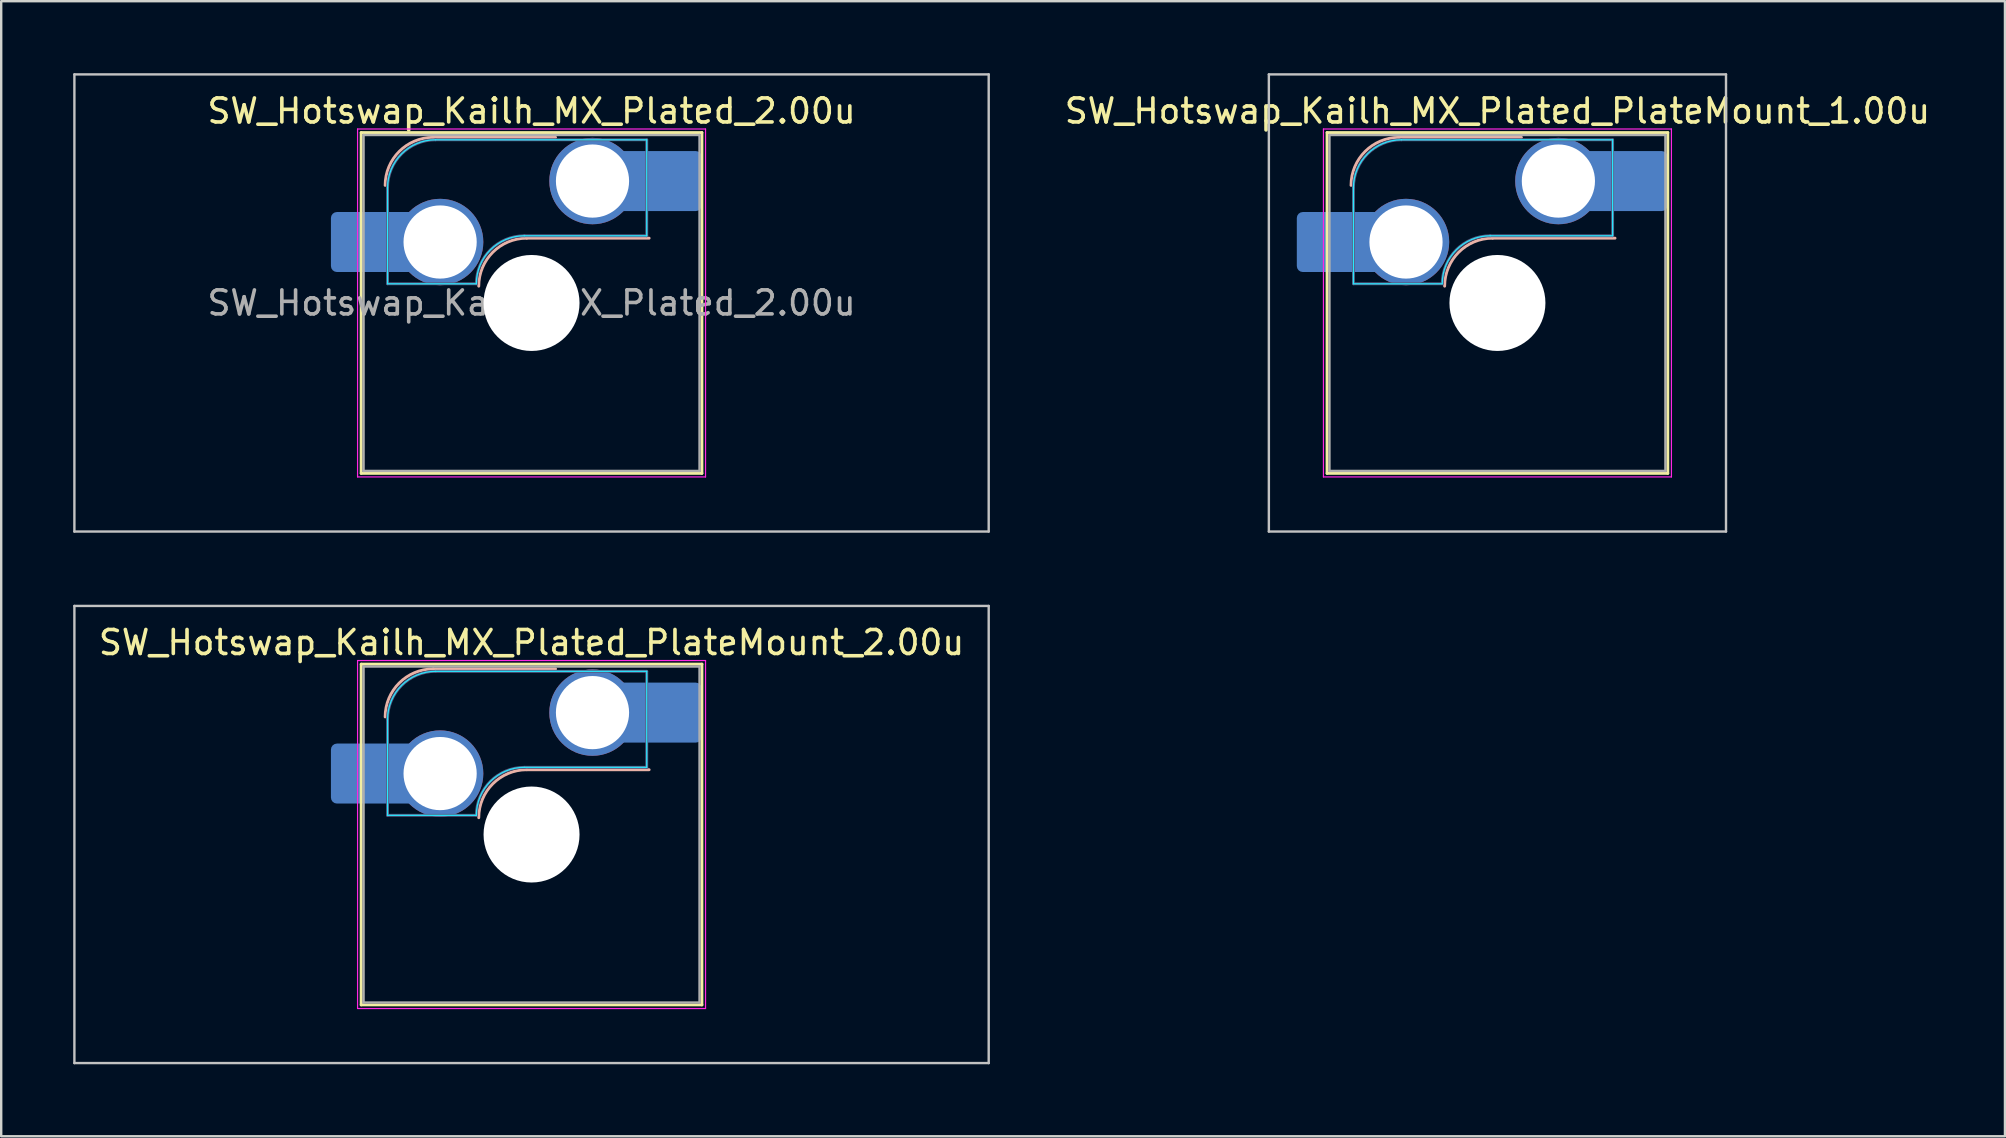
<source format=kicad_pcb>
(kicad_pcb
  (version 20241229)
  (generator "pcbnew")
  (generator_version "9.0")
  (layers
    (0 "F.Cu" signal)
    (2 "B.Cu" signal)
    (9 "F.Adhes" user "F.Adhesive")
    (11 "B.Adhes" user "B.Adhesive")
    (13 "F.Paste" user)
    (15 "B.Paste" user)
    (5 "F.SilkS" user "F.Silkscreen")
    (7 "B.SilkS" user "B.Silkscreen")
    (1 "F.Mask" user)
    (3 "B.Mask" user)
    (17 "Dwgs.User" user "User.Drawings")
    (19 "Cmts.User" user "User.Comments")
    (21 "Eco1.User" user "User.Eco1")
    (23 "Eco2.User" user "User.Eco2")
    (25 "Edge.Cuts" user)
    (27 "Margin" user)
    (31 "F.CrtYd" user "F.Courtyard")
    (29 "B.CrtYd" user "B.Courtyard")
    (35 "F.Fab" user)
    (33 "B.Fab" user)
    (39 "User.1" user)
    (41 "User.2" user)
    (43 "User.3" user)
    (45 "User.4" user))
  (footprint "SW_Hotswap_Kailh_MX_Plated_PlateMount_1.00u"
    (layer "F.Cu")
    (at 59.349 9.575)
    (property "Reference" "SW_Hotswap_Kailh_MX_Plated_PlateMount_1.00u" (at 0 -8 0) (layer "F.SilkS") (effects (font (size 1 1) (thickness 0.15))))
    (attr smd)
    (fp_line (start -7.1 -7.1) (end -7.1 7.1) (stroke (width 0.12) (type solid)) (layer "F.SilkS"))
    (fp_line (start -7.1 7.1) (end 7.1 7.1) (stroke (width 0.12) (type solid)) (layer "F.SilkS"))
    (fp_line (start 7.1 -7.1) (end -7.1 -7.1) (stroke (width 0.12) (type solid)) (layer "F.SilkS"))
    (fp_line (start 7.1 7.1) (end 7.1 -7.1) (stroke (width 0.12) (type solid)) (layer "F.SilkS"))
    (fp_line (start -4.1 -6.9) (end 1 -6.9) (stroke (width 0.12) (type solid)) (layer "B.SilkS"))
    (fp_line (start -0.2 -2.7) (end 4.9 -2.7) (stroke (width 0.12) (type solid)) (layer "B.SilkS"))
    (fp_arc (start -6.1 -4.9) (mid -5.514214 -6.314214) (end -4.1 -6.9) (stroke (width 0.12) (type solid)) (layer "B.SilkS"))
    (fp_arc (start -2.2 -0.7) (mid -1.614214 -2.114214) (end -0.2 -2.7) (stroke (width 0.12) (type solid)) (layer "B.SilkS"))
    (fp_line (start -9.525 -9.525) (end -9.525 9.525) (stroke (width 0.1) (type solid)) (layer "Dwgs.User"))
    (fp_line (start -9.525 9.525) (end 9.525 9.525) (stroke (width 0.1) (type solid)) (layer "Dwgs.User"))
    (fp_line (start 9.525 -9.525) (end -9.525 -9.525) (stroke (width 0.1) (type solid)) (layer "Dwgs.User"))
    (fp_line (start 9.525 9.525) (end 9.525 -9.525) (stroke (width 0.1) (type solid)) (layer "Dwgs.User"))
    (fp_line (start -7.8 -6) (end -7 -6) (stroke (width 0.1) (type solid)) (layer "Eco1.User"))
    (fp_line (start -7.8 -2.9) (end -7.8 -6) (stroke (width 0.1) (type solid)) (layer "Eco1.User"))
    (fp_line (start -7.8 2.9) (end -7 2.9) (stroke (width 0.1) (type solid)) (layer "Eco1.User"))
    (fp_line (start -7.8 6) (end -7.8 2.9) (stroke (width 0.1) (type solid)) (layer "Eco1.User"))
    (fp_line (start -7 -7) (end 7 -7) (stroke (width 0.1) (type solid)) (layer "Eco1.User"))
    (fp_line (start -7 -6) (end -7 -7) (stroke (width 0.1) (type solid)) (layer "Eco1.User"))
    (fp_line (start -7 -2.9) (end -7.8 -2.9) (stroke (width 0.1) (type solid)) (layer "Eco1.User"))
    (fp_line (start -7 2.9) (end -7 -2.9) (stroke (width 0.1) (type solid)) (layer "Eco1.User"))
    (fp_line (start -7 6) (end -7.8 6) (stroke (width 0.1) (type solid)) (layer "Eco1.User"))
    (fp_line (start -7 7) (end -7 6) (stroke (width 0.1) (type solid)) (layer "Eco1.User"))
    (fp_line (start 7 -7) (end 7 -6) (stroke (width 0.1) (type solid)) (layer "Eco1.User"))
    (fp_line (start 7 -6) (end 7.8 -6) (stroke (width 0.1) (type solid)) (layer "Eco1.User"))
    (fp_line (start 7 -2.9) (end 7 2.9) (stroke (width 0.1) (type solid)) (layer "Eco1.User"))
    (fp_line (start 7 2.9) (end 7.8 2.9) (stroke (width 0.1) (type solid)) (layer "Eco1.User"))
    (fp_line (start 7 6) (end 7 7) (stroke (width 0.1) (type solid)) (layer "Eco1.User"))
    (fp_line (start 7 7) (end -7 7) (stroke (width 0.1) (type solid)) (layer "Eco1.User"))
    (fp_line (start 7.8 -6) (end 7.8 -2.9) (stroke (width 0.1) (type solid)) (layer "Eco1.User"))
    (fp_line (start 7.8 -2.9) (end 7 -2.9) (stroke (width 0.1) (type solid)) (layer "Eco1.User"))
    (fp_line (start 7.8 2.9) (end 7.8 6) (stroke (width 0.1) (type solid)) (layer "Eco1.User"))
    (fp_line (start 7.8 6) (end 7 6) (stroke (width 0.1) (type solid)) (layer "Eco1.User"))
    (fp_line (start -6 -0.8) (end -6 -4.8) (stroke (width 0.05) (type solid)) (layer "B.CrtYd"))
    (fp_line (start -6 -0.8) (end -2.3 -0.8) (stroke (width 0.05) (type solid)) (layer "B.CrtYd"))
    (fp_line (start -4 -6.8) (end 4.8 -6.8) (stroke (width 0.05) (type solid)) (layer "B.CrtYd"))
    (fp_line (start -0.3 -2.8) (end 4.8 -2.8) (stroke (width 0.05) (type solid)) (layer "B.CrtYd"))
    (fp_line (start 4.8 -6.8) (end 4.8 -2.8) (stroke (width 0.05) (type solid)) (layer "B.CrtYd"))
    (fp_arc (start -6 -4.8) (mid -5.414214 -6.214214) (end -4 -6.8) (stroke (width 0.05) (type solid)) (layer "B.CrtYd"))
    (fp_arc (start -2.3 -0.8) (mid -1.714214 -2.214214) (end -0.3 -2.8) (stroke (width 0.05) (type solid)) (layer "B.CrtYd"))
    (fp_line (start -7.25 -7.25) (end -7.25 7.25) (stroke (width 0.05) (type solid)) (layer "F.CrtYd"))
    (fp_line (start -7.25 7.25) (end 7.25 7.25) (stroke (width 0.05) (type solid)) (layer "F.CrtYd"))
    (fp_line (start 7.25 -7.25) (end -7.25 -7.25) (stroke (width 0.05) (type solid)) (layer "F.CrtYd"))
    (fp_line (start 7.25 7.25) (end 7.25 -7.25) (stroke (width 0.05) (type solid)) (layer "F.CrtYd"))
    (fp_line (start -6 -0.8) (end -6 -4.8) (stroke (width 0.12) (type solid)) (layer "B.Fab"))
    (fp_line (start -6 -0.8) (end -2.3 -0.8) (stroke (width 0.12) (type solid)) (layer "B.Fab"))
    (fp_line (start -4 -6.8) (end 4.8 -6.8) (stroke (width 0.12) (type solid)) (layer "B.Fab"))
    (fp_line (start -0.3 -2.8) (end 4.8 -2.8) (stroke (width 0.12) (type solid)) (layer "B.Fab"))
    (fp_line (start 4.8 -6.8) (end 4.8 -2.8) (stroke (width 0.12) (type solid)) (layer "B.Fab"))
    (fp_arc (start -6 -4.8) (mid -5.414214 -6.214214) (end -4 -6.8) (stroke (width 0.12) (type solid)) (layer "B.Fab"))
    (fp_arc (start -2.3 -0.8) (mid -1.714214 -2.214214) (end -0.3 -2.8) (stroke (width 0.12) (type solid)) (layer "B.Fab"))
    (fp_line (start -7 -7) (end -7 7) (stroke (width 0.1) (type solid)) (layer "F.Fab"))
    (fp_line (start -7 7) (end 7 7) (stroke (width 0.1) (type solid)) (layer "F.Fab"))
    (fp_line (start 7 -7) (end -7 -7) (stroke (width 0.1) (type solid)) (layer "F.Fab"))
    (fp_line (start 7 7) (end 7 -7) (stroke (width 0.1) (type solid)) (layer "F.Fab"))
    (fp_text user "" (at 0 0 0) (layer "F.Fab") (effects (font (size 1 1) (thickness 0.15))))
    (pad "" smd roundrect (at -7.085 -2.54) (size 2.55 2.5) (layers "B.Mask" "B.Paste") (roundrect_rratio 0.1))
    (pad "" np_thru_hole circle (at 0 0) (size 4 4) (drill 4) (layers "*.Cu" "*.Mask"))
    (pad "" smd roundrect (at 5.842 -5.08) (size 2.55 2.5) (layers "B.Mask" "B.Paste") (roundrect_rratio 0.1))
    (pad "1" smd roundrect (at -6.585 -2.54) (size 3.55 2.5) (layers "B.Cu") (roundrect_rratio 0.1))
    (pad "1" thru_hole circle (at -3.81 -2.54) (size 3.6 3.6) (drill 3.05) (layers "*.Cu" "*.Mask"))
    (pad "2" thru_hole circle (at 2.54 -5.08) (size 3.6 3.6) (drill 3.05) (layers "*.Cu" "*.Mask"))
    (pad "2" smd roundrect (at 5.32 -5.08) (size 3.55 2.5) (layers "B.Cu") (roundrect_rratio 0.1)))
  (footprint "SW_Hotswap_Kailh_MX_Plated_PlateMount_2.00u"
    (layer "F.Cu")
    (at 19.1 31.725)
    (property "Reference" "SW_Hotswap_Kailh_MX_Plated_PlateMount_2.00u" (at 0 -8 180) (layer "F.SilkS") (effects (font (size 1 1) (thickness 0.15))))
    (attr smd)
    (fp_line (start -7.1 -7.1) (end -7.1 7.1) (stroke (width 0.12) (type solid)) (layer "F.SilkS"))
    (fp_line (start -7.1 7.1) (end 7.1 7.1) (stroke (width 0.12) (type solid)) (layer "F.SilkS"))
    (fp_line (start 7.1 -7.1) (end -7.1 -7.1) (stroke (width 0.12) (type solid)) (layer "F.SilkS"))
    (fp_line (start 7.1 7.1) (end 7.1 -7.1) (stroke (width 0.12) (type solid)) (layer "F.SilkS"))
    (fp_line (start -4.1 -6.9) (end 1 -6.9) (stroke (width 0.12) (type solid)) (layer "B.SilkS"))
    (fp_line (start -0.2 -2.7) (end 4.9 -2.7) (stroke (width 0.12) (type solid)) (layer "B.SilkS"))
    (fp_arc (start -6.1 -4.9) (mid -5.514214 -6.314214) (end -4.1 -6.9) (stroke (width 0.12) (type solid)) (layer "B.SilkS"))
    (fp_arc (start -2.2 -0.7) (mid -1.614214 -2.114214) (end -0.2 -2.7) (stroke (width 0.12) (type solid)) (layer "B.SilkS"))
    (fp_line (start -19.05 -9.525) (end -19.05 9.525) (stroke (width 0.1) (type solid)) (layer "Dwgs.User"))
    (fp_line (start -19.05 9.525) (end 19.05 9.525) (stroke (width 0.1) (type solid)) (layer "Dwgs.User"))
    (fp_line (start 19.05 -9.525) (end -19.05 -9.525) (stroke (width 0.1) (type solid)) (layer "Dwgs.User"))
    (fp_line (start 19.05 9.525) (end 19.05 -9.525) (stroke (width 0.1) (type solid)) (layer "Dwgs.User"))
    (fp_line (start -7.8 -6) (end -7 -6) (stroke (width 0.1) (type solid)) (layer "Eco1.User"))
    (fp_line (start -7.8 -2.9) (end -7.8 -6) (stroke (width 0.1) (type solid)) (layer "Eco1.User"))
    (fp_line (start -7.8 2.9) (end -7 2.9) (stroke (width 0.1) (type solid)) (layer "Eco1.User"))
    (fp_line (start -7.8 6) (end -7.8 2.9) (stroke (width 0.1) (type solid)) (layer "Eco1.User"))
    (fp_line (start -7 -7) (end 7 -7) (stroke (width 0.1) (type solid)) (layer "Eco1.User"))
    (fp_line (start -7 -6) (end -7 -7) (stroke (width 0.1) (type solid)) (layer "Eco1.User"))
    (fp_line (start -7 -2.9) (end -7.8 -2.9) (stroke (width 0.1) (type solid)) (layer "Eco1.User"))
    (fp_line (start -7 2.9) (end -7 -2.9) (stroke (width 0.1) (type solid)) (layer "Eco1.User"))
    (fp_line (start -7 6) (end -7.8 6) (stroke (width 0.1) (type solid)) (layer "Eco1.User"))
    (fp_line (start -7 7) (end -7 6) (stroke (width 0.1) (type solid)) (layer "Eco1.User"))
    (fp_line (start 7 -7) (end 7 -6) (stroke (width 0.1) (type solid)) (layer "Eco1.User"))
    (fp_line (start 7 -6) (end 7.8 -6) (stroke (width 0.1) (type solid)) (layer "Eco1.User"))
    (fp_line (start 7 -2.9) (end 7 2.9) (stroke (width 0.1) (type solid)) (layer "Eco1.User"))
    (fp_line (start 7 2.9) (end 7.8 2.9) (stroke (width 0.1) (type solid)) (layer "Eco1.User"))
    (fp_line (start 7 6) (end 7 7) (stroke (width 0.1) (type solid)) (layer "Eco1.User"))
    (fp_line (start 7 7) (end -7 7) (stroke (width 0.1) (type solid)) (layer "Eco1.User"))
    (fp_line (start 7.8 -6) (end 7.8 -2.9) (stroke (width 0.1) (type solid)) (layer "Eco1.User"))
    (fp_line (start 7.8 -2.9) (end 7 -2.9) (stroke (width 0.1) (type solid)) (layer "Eco1.User"))
    (fp_line (start 7.8 2.9) (end 7.8 6) (stroke (width 0.1) (type solid)) (layer "Eco1.User"))
    (fp_line (start 7.8 6) (end 7 6) (stroke (width 0.1) (type solid)) (layer "Eco1.User"))
    (fp_line (start -6 -0.8) (end -6 -4.8) (stroke (width 0.05) (type solid)) (layer "B.CrtYd"))
    (fp_line (start -6 -0.8) (end -2.3 -0.8) (stroke (width 0.05) (type solid)) (layer "B.CrtYd"))
    (fp_line (start -4 -6.8) (end 4.8 -6.8) (stroke (width 0.05) (type solid)) (layer "B.CrtYd"))
    (fp_line (start -0.3 -2.8) (end 4.8 -2.8) (stroke (width 0.05) (type solid)) (layer "B.CrtYd"))
    (fp_line (start 4.8 -6.8) (end 4.8 -2.8) (stroke (width 0.05) (type solid)) (layer "B.CrtYd"))
    (fp_arc (start -6 -4.8) (mid -5.414214 -6.214214) (end -4 -6.8) (stroke (width 0.05) (type solid)) (layer "B.CrtYd"))
    (fp_arc (start -2.3 -0.8) (mid -1.714214 -2.214214) (end -0.3 -2.8) (stroke (width 0.05) (type solid)) (layer "B.CrtYd"))
    (fp_line (start -7.25 -7.25) (end -7.25 7.25) (stroke (width 0.05) (type solid)) (layer "F.CrtYd"))
    (fp_line (start -7.25 7.25) (end 7.25 7.25) (stroke (width 0.05) (type solid)) (layer "F.CrtYd"))
    (fp_line (start 7.25 -7.25) (end -7.25 -7.25) (stroke (width 0.05) (type solid)) (layer "F.CrtYd"))
    (fp_line (start 7.25 7.25) (end 7.25 -7.25) (stroke (width 0.05) (type solid)) (layer "F.CrtYd"))
    (fp_line (start -6 -0.8) (end -6 -4.8) (stroke (width 0.12) (type solid)) (layer "B.Fab"))
    (fp_line (start -6 -0.8) (end -2.3 -0.8) (stroke (width 0.12) (type solid)) (layer "B.Fab"))
    (fp_line (start -4 -6.8) (end 4.8 -6.8) (stroke (width 0.12) (type solid)) (layer "B.Fab"))
    (fp_line (start -0.3 -2.8) (end 4.8 -2.8) (stroke (width 0.12) (type solid)) (layer "B.Fab"))
    (fp_line (start 4.8 -6.8) (end 4.8 -2.8) (stroke (width 0.12) (type solid)) (layer "B.Fab"))
    (fp_arc (start -6 -4.8) (mid -5.414214 -6.214214) (end -4 -6.8) (stroke (width 0.12) (type solid)) (layer "B.Fab"))
    (fp_arc (start -2.3 -0.8) (mid -1.714214 -2.214214) (end -0.3 -2.8) (stroke (width 0.12) (type solid)) (layer "B.Fab"))
    (fp_line (start -7 -7) (end -7 7) (stroke (width 0.1) (type solid)) (layer "F.Fab"))
    (fp_line (start -7 7) (end 7 7) (stroke (width 0.1) (type solid)) (layer "F.Fab"))
    (fp_line (start 7 -7) (end -7 -7) (stroke (width 0.1) (type solid)) (layer "F.Fab"))
    (fp_line (start 7 7) (end 7 -7) (stroke (width 0.1) (type solid)) (layer "F.Fab"))
    (fp_text user "" (at 0 0 180) (layer "F.Fab") (effects (font (size 1 1) (thickness 0.15))))
    (pad "" smd roundrect (at -7.085 -2.54) (size 2.55 2.5) (layers "B.Mask" "B.Paste") (roundrect_rratio 0.1))
    (pad "" np_thru_hole circle (at 0 0) (size 4 4) (drill 4) (layers "*.Cu" "*.Mask"))
    (pad "" smd roundrect (at 5.842 -5.08) (size 2.55 2.5) (layers "B.Mask" "B.Paste") (roundrect_rratio 0.1))
    (pad "1" smd roundrect (at -6.585 -2.54) (size 3.55 2.5) (layers "B.Cu") (roundrect_rratio 0.1))
    (pad "1" thru_hole circle (at -3.81 -2.54) (size 3.6 3.6) (drill 3.05) (layers "*.Cu" "*.Mask"))
    (pad "2" thru_hole circle (at 2.54 -5.08) (size 3.6 3.6) (drill 3.05) (layers "*.Cu" "*.Mask"))
    (pad "2" smd roundrect (at 5.32 -5.08) (size 3.55 2.5) (layers "B.Cu") (roundrect_rratio 0.1)))
  (footprint "SW_Hotswap_Kailh_MX_Plated_2.00u"
    (layer "F.Cu")
    (at 19.1 9.575)
    (property "Reference" "SW_Hotswap_Kailh_MX_Plated_2.00u" (at 0 -8 180) (layer "F.SilkS") (effects (font (size 1 1) (thickness 0.15))))
    (attr smd)
    (fp_line (start -7.1 -7.1) (end -7.1 7.1) (stroke (width 0.12) (type solid)) (layer "F.SilkS"))
    (fp_line (start -7.1 7.1) (end 7.1 7.1) (stroke (width 0.12) (type solid)) (layer "F.SilkS"))
    (fp_line (start 7.1 -7.1) (end -7.1 -7.1) (stroke (width 0.12) (type solid)) (layer "F.SilkS"))
    (fp_line (start 7.1 7.1) (end 7.1 -7.1) (stroke (width 0.12) (type solid)) (layer "F.SilkS"))
    (fp_line (start -4.1 -6.9) (end 1 -6.9) (stroke (width 0.12) (type solid)) (layer "B.SilkS"))
    (fp_line (start -0.2 -2.7) (end 4.9 -2.7) (stroke (width 0.12) (type solid)) (layer "B.SilkS"))
    (fp_arc (start -6.1 -4.9) (mid -5.514214 -6.314214) (end -4.1 -6.9) (stroke (width 0.12) (type solid)) (layer "B.SilkS"))
    (fp_arc (start -2.2 -0.7) (mid -1.614214 -2.114214) (end -0.2 -2.7) (stroke (width 0.12) (type solid)) (layer "B.SilkS"))
    (fp_line (start -19.05 -9.525) (end -19.05 9.525) (stroke (width 0.1) (type solid)) (layer "Dwgs.User"))
    (fp_line (start -19.05 9.525) (end 19.05 9.525) (stroke (width 0.1) (type solid)) (layer "Dwgs.User"))
    (fp_line (start 19.05 -9.525) (end -19.05 -9.525) (stroke (width 0.1) (type solid)) (layer "Dwgs.User"))
    (fp_line (start 19.05 9.525) (end 19.05 -9.525) (stroke (width 0.1) (type solid)) (layer "Dwgs.User"))
    (fp_line (start -7.8 -6) (end -7 -6) (stroke (width 0.1) (type solid)) (layer "Eco1.User"))
    (fp_line (start -7.8 -2.9) (end -7.8 -6) (stroke (width 0.1) (type solid)) (layer "Eco1.User"))
    (fp_line (start -7.8 2.9) (end -7 2.9) (stroke (width 0.1) (type solid)) (layer "Eco1.User"))
    (fp_line (start -7.8 6) (end -7.8 2.9) (stroke (width 0.1) (type solid)) (layer "Eco1.User"))
    (fp_line (start -7 -7) (end 7 -7) (stroke (width 0.1) (type solid)) (layer "Eco1.User"))
    (fp_line (start -7 -6) (end -7 -7) (stroke (width 0.1) (type solid)) (layer "Eco1.User"))
    (fp_line (start -7 -2.9) (end -7.8 -2.9) (stroke (width 0.1) (type solid)) (layer "Eco1.User"))
    (fp_line (start -7 2.9) (end -7 -2.9) (stroke (width 0.1) (type solid)) (layer "Eco1.User"))
    (fp_line (start -7 6) (end -7.8 6) (stroke (width 0.1) (type solid)) (layer "Eco1.User"))
    (fp_line (start -7 7) (end -7 6) (stroke (width 0.1) (type solid)) (layer "Eco1.User"))
    (fp_line (start 7 -7) (end 7 -6) (stroke (width 0.1) (type solid)) (layer "Eco1.User"))
    (fp_line (start 7 -6) (end 7.8 -6) (stroke (width 0.1) (type solid)) (layer "Eco1.User"))
    (fp_line (start 7 -2.9) (end 7 2.9) (stroke (width 0.1) (type solid)) (layer "Eco1.User"))
    (fp_line (start 7 2.9) (end 7.8 2.9) (stroke (width 0.1) (type solid)) (layer "Eco1.User"))
    (fp_line (start 7 6) (end 7 7) (stroke (width 0.1) (type solid)) (layer "Eco1.User"))
    (fp_line (start 7 7) (end -7 7) (stroke (width 0.1) (type solid)) (layer "Eco1.User"))
    (fp_line (start 7.8 -6) (end 7.8 -2.9) (stroke (width 0.1) (type solid)) (layer "Eco1.User"))
    (fp_line (start 7.8 -2.9) (end 7 -2.9) (stroke (width 0.1) (type solid)) (layer "Eco1.User"))
    (fp_line (start 7.8 2.9) (end 7.8 6) (stroke (width 0.1) (type solid)) (layer "Eco1.User"))
    (fp_line (start 7.8 6) (end 7 6) (stroke (width 0.1) (type solid)) (layer "Eco1.User"))
    (fp_line (start -6 -0.8) (end -6 -4.8) (stroke (width 0.05) (type solid)) (layer "B.CrtYd"))
    (fp_line (start -6 -0.8) (end -2.3 -0.8) (stroke (width 0.05) (type solid)) (layer "B.CrtYd"))
    (fp_line (start -4 -6.8) (end 4.8 -6.8) (stroke (width 0.05) (type solid)) (layer "B.CrtYd"))
    (fp_line (start -0.3 -2.8) (end 4.8 -2.8) (stroke (width 0.05) (type solid)) (layer "B.CrtYd"))
    (fp_line (start 4.8 -6.8) (end 4.8 -2.8) (stroke (width 0.05) (type solid)) (layer "B.CrtYd"))
    (fp_arc (start -6 -4.8) (mid -5.414214 -6.214214) (end -4 -6.8) (stroke (width 0.05) (type solid)) (layer "B.CrtYd"))
    (fp_arc (start -2.3 -0.8) (mid -1.714214 -2.214214) (end -0.3 -2.8) (stroke (width 0.05) (type solid)) (layer "B.CrtYd"))
    (fp_line (start -7.25 -7.25) (end -7.25 7.25) (stroke (width 0.05) (type solid)) (layer "F.CrtYd"))
    (fp_line (start -7.25 7.25) (end 7.25 7.25) (stroke (width 0.05) (type solid)) (layer "F.CrtYd"))
    (fp_line (start 7.25 -7.25) (end -7.25 -7.25) (stroke (width 0.05) (type solid)) (layer "F.CrtYd"))
    (fp_line (start 7.25 7.25) (end 7.25 -7.25) (stroke (width 0.05) (type solid)) (layer "F.CrtYd"))
    (fp_line (start -6 -0.8) (end -6 -4.8) (stroke (width 0.12) (type solid)) (layer "B.Fab"))
    (fp_line (start -6 -0.8) (end -2.3 -0.8) (stroke (width 0.12) (type solid)) (layer "B.Fab"))
    (fp_line (start -4 -6.8) (end 4.8 -6.8) (stroke (width 0.12) (type solid)) (layer "B.Fab"))
    (fp_line (start -0.3 -2.8) (end 4.8 -2.8) (stroke (width 0.12) (type solid)) (layer "B.Fab"))
    (fp_line (start 4.8 -6.8) (end 4.8 -2.8) (stroke (width 0.12) (type solid)) (layer "B.Fab"))
    (fp_arc (start -6 -4.8) (mid -5.414214 -6.214214) (end -4 -6.8) (stroke (width 0.12) (type solid)) (layer "B.Fab"))
    (fp_arc (start -2.3 -0.8) (mid -1.714214 -2.214214) (end -0.3 -2.8) (stroke (width 0.12) (type solid)) (layer "B.Fab"))
    (fp_line (start -7 -7) (end -7 7) (stroke (width 0.1) (type solid)) (layer "F.Fab"))
    (fp_line (start -7 7) (end 7 7) (stroke (width 0.1) (type solid)) (layer "F.Fab"))
    (fp_line (start 7 -7) (end -7 -7) (stroke (width 0.1) (type solid)) (layer "F.Fab"))
    (fp_line (start 7 7) (end 7 -7) (stroke (width 0.1) (type solid)) (layer "F.Fab"))
    (fp_text user "${REFERENCE}" (at 0 0 180) (layer "F.Fab") (effects (font (size 1 1) (thickness 0.15))))
    (pad "" smd roundrect (at -7.085 -2.54) (size 2.55 2.5) (layers "B.Mask" "B.Paste") (roundrect_rratio 0.1))
    (pad "" np_thru_hole circle (at 0 0) (size 4 4) (drill 4) (layers "*.Cu" "*.Mask"))
    (pad "" smd roundrect (at 5.842 -5.08) (size 2.55 2.5) (layers "B.Mask" "B.Paste") (roundrect_rratio 0.1))
    (pad "1" smd roundrect (at -6.585 -2.54) (size 3.55 2.5) (layers "B.Cu") (roundrect_rratio 0.1))
    (pad "1" thru_hole circle (at -3.81 -2.54) (size 3.6 3.6) (drill 3.05) (layers "*.Cu" "*.Mask"))
    (pad "2" thru_hole circle (at 2.54 -5.08) (size 3.6 3.6) (drill 3.05) (layers "*.Cu" "*.Mask"))
    (pad "2" smd roundrect (at 5.32 -5.08) (size 3.55 2.5) (layers "B.Cu") (roundrect_rratio 0.1)))
  (gr_rect
    (start -3 -3)
    (end 80.498 44.3)
    (stroke (width 0.1) (type default))
    (fill no)
    (layer "Edge.Cuts")))
</source>
